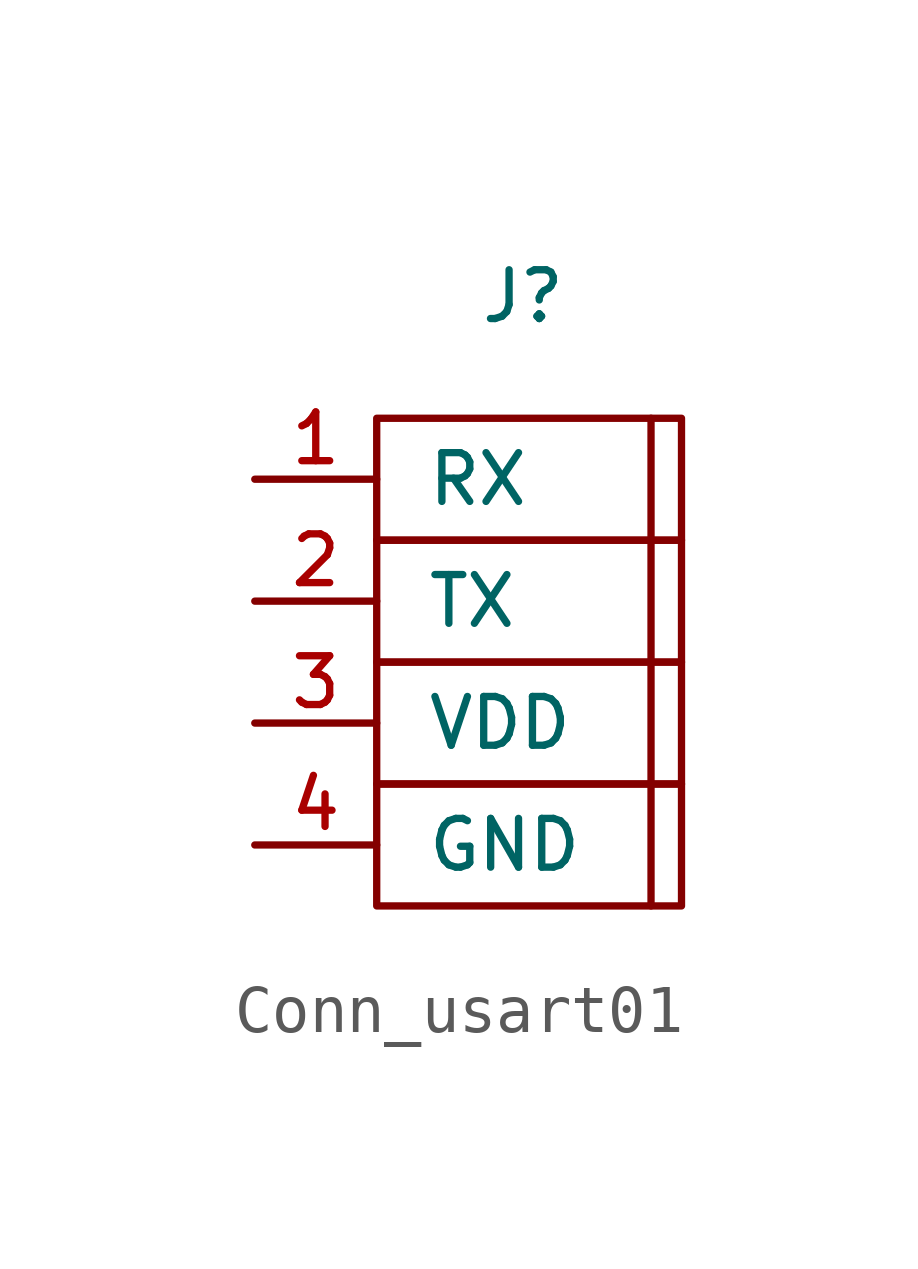
<source format=kicad_sym>
(kicad_symbol_lib
  (version 20231120)
  (generator "kicad_symbol_editor")
  (generator_version "8.0")
  (symbol "Conn_usart01"
    (pin_names
      (offset 1.016))
    (property "Reference" "J"
      (at 0.508 3.81 0)
      (effects (font (size 1.016 1.016))))
    (symbol "Conn_usart01_0_1"
      (rectangle (start -2.54 -6.35) (end 3.81 -8.89) (stroke (width 0) (type default)) (fill (type none)))
      (rectangle (start -2.54 -3.81) (end 3.81 -6.35) (stroke (width 0) (type default)) (fill (type none)))
      (rectangle (start -2.54 -1.27) (end 3.81 -3.81) (stroke (width 0) (type default)) (fill (type none)))
      (rectangle (start -2.54 1.27) (end 3.81 -1.27) (stroke (width 0) (type default)) (fill (type none)))
      (polyline (pts (xy 3.175 1.27) (xy 3.175 -8.89)) (stroke (width 0) (type default)) (fill (type none))))
    (symbol "Conn_usart01_1_1"
      (pin bidirectional line (at -5.08 0 0) (length 2.54) (name "RX" (effects (font (size 1.016 1.016)))) (number "1" (effects (font (size 1.016 1.016)))))
      (pin bidirectional line (at -5.08 -2.54 0) (length 2.54) (name "TX" (effects (font (size 1.016 1.016)))) (number "2" (effects (font (size 1.016 1.016)))))
      (pin power_out line (at -5.08 -5.08 0) (length 2.54) (name "VDD" (effects (font (size 1.016 1.016)))) (number "3" (effects (font (size 1.016 1.016)))))
      (pin power_out line (at -5.08 -7.62 0) (length 2.54) (name "GND" (effects (font (size 1.016 1.016)))) (number "4" (effects (font (size 1.016 1.016))))))))
</source>
